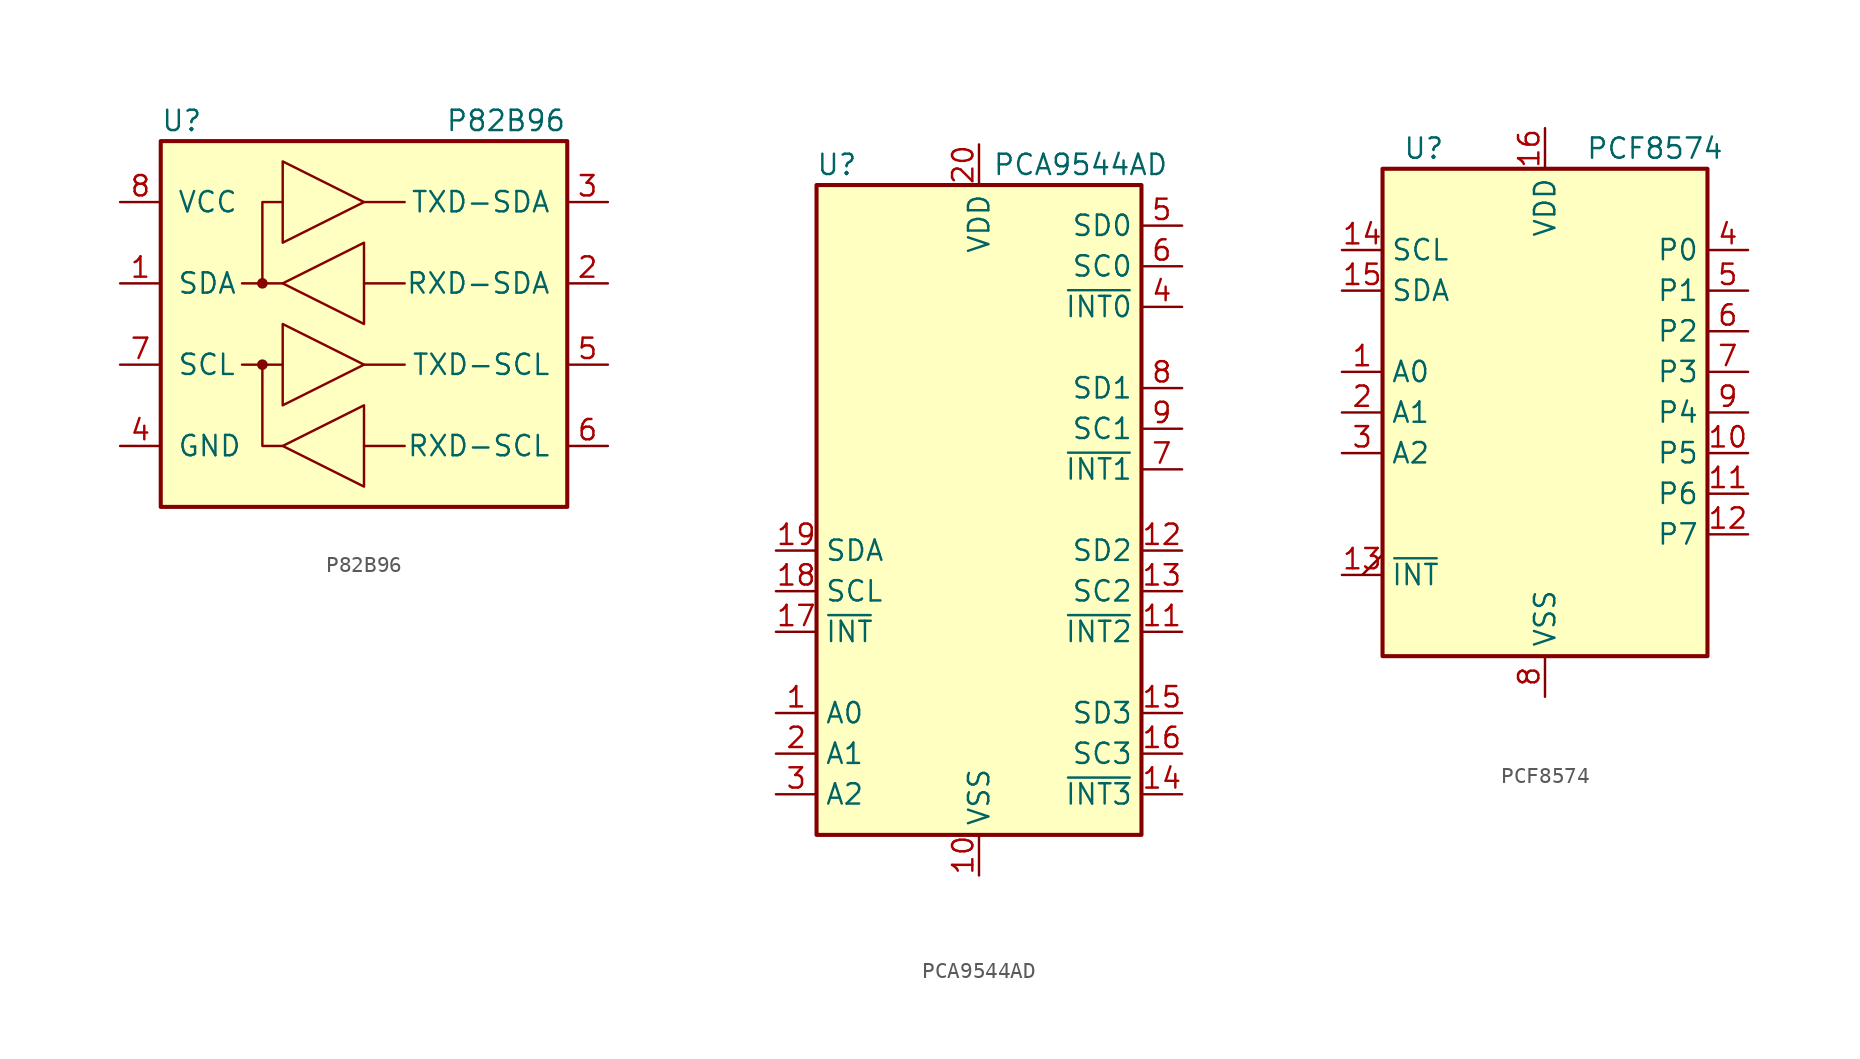
<source format=kicad_sym>
(kicad_symbol_lib
  (version 20220914)
  (generator kicad_symbol_editor)
  (symbol "P82B96"
    (pin_names
      (offset 1.016))
    (property "Reference" "U"
      (at -12.7 12.7 0)
      (effects (font (size 1.27 1.27)) (justify left)))
    (property "Value" "P82B96"
      (at 5.08 12.7 0)
      (effects (font (size 1.27 1.27)) (justify left)))
    (symbol "P82B96_0_1"
      (rectangle (start -12.7 11.43) (end 12.7 -11.43) (stroke (width 0.254) (type default)) (fill (type background)))
      (circle (center -6.35 -2.54) (radius 0.127) (stroke (width 0) (type default)) (fill (type none)))
      (circle (center -6.35 -2.54) (radius 0.254) (stroke (width 0) (type default)) (fill (type none)))
      (circle (center -6.35 2.54) (radius 0.127) (stroke (width 0) (type default)) (fill (type none)))
      (circle (center -6.35 2.54) (radius 0.254) (stroke (width 0) (type default)) (fill (type none)))
      (polyline (pts (xy -5.08 -2.54) (xy -7.62 -2.54)) (stroke (width 0) (type default)) (fill (type none)))
      (polyline (pts (xy 0 -7.62) (xy 2.54 -7.62)) (stroke (width 0) (type default)) (fill (type none)))
      (polyline (pts (xy 0 -2.54) (xy 2.54 -2.54)) (stroke (width 0) (type default)) (fill (type none)))
      (polyline (pts (xy -5.08 -7.62) (xy -6.35 -7.62) (xy -6.35 -2.54)) (stroke (width 0) (type default)) (fill (type none)))
      (polyline (pts (xy -5.08 2.54) (xy -7.62 2.54) (xy -7.62 2.54)) (stroke (width 0) (type default)) (fill (type none)))
      (polyline (pts (xy 0 7.62) (xy 2.54 7.62) (xy 2.54 7.62)) (stroke (width 0) (type default)) (fill (type none)))
      (polyline (pts (xy 2.54 2.54) (xy 0 2.54) (xy 0 2.54)) (stroke (width 0) (type default)) (fill (type none)))
      (polyline (pts (xy -6.35 2.54) (xy -6.35 7.62) (xy -5.08 7.62) (xy -5.08 7.62)) (stroke (width 0) (type default)) (fill (type none)))
      (polyline (pts (xy -5.08 0) (xy -5.08 -5.08) (xy 0 -2.54) (xy -5.08 0) (xy -5.08 0)) (stroke (width 0) (type default)) (fill (type none)))
      (polyline (pts (xy -5.08 10.16) (xy -5.08 5.08) (xy 0 7.62) (xy -5.08 10.16) (xy -5.08 10.16)) (stroke (width 0) (type default)) (fill (type none)))
      (polyline (pts (xy 0 -5.08) (xy -5.08 -7.62) (xy 0 -10.16) (xy 0 -5.08) (xy 0 -5.08)) (stroke (width 0) (type default)) (fill (type none)))
      (polyline (pts (xy 0 5.08) (xy -5.08 2.54) (xy 0 0) (xy 0 5.08) (xy 0 5.08)) (stroke (width 0) (type default)) (fill (type none))))
    (symbol "P82B96_1_1"
      (pin bidirectional line (at -15.24 2.54 0) (length 2.54) (name "SDA" (effects (font (size 1.27 1.27)))) (number "1" (effects (font (size 1.27 1.27)))))
      (pin input line (at 15.24 2.54 180) (length 2.54) (name "RXD-SDA" (effects (font (size 1.27 1.27)))) (number "2" (effects (font (size 1.27 1.27)))))
      (pin output line (at 15.24 7.62 180) (length 2.54) (name "TXD-SDA" (effects (font (size 1.27 1.27)))) (number "3" (effects (font (size 1.27 1.27)))))
      (pin power_in line (at -15.24 -7.62 0) (length 2.54) (name "GND" (effects (font (size 1.27 1.27)))) (number "4" (effects (font (size 1.27 1.27)))))
      (pin output line (at 15.24 -2.54 180) (length 2.54) (name "TXD-SCL" (effects (font (size 1.27 1.27)))) (number "5" (effects (font (size 1.27 1.27)))))
      (pin input line (at 15.24 -7.62 180) (length 2.54) (name "RXD-SCL" (effects (font (size 1.27 1.27)))) (number "6" (effects (font (size 1.27 1.27)))))
      (pin bidirectional line (at -15.24 -2.54 0) (length 2.54) (name "SCL" (effects (font (size 1.27 1.27)))) (number "7" (effects (font (size 1.27 1.27)))))
      (pin power_in line (at -15.24 7.62 0) (length 2.54) (name "VCC" (effects (font (size 1.27 1.27)))) (number "8" (effects (font (size 1.27 1.27)))))))
  (symbol "PCA9544AD"
    (property "Reference" "U"
      (at -8.89 21.59 0)
      (effects (font (size 1.27 1.27))))
    (property "Value" "PCA9544AD"
      (at 6.35 21.59 0)
      (effects (font (size 1.27 1.27))))
    (symbol "PCA9544AD_0_1"
      (rectangle (start 10.16 20.32) (end -10.16 -20.32) (stroke (width 0.254) (type default)) (fill (type background))))
    (symbol "PCA9544AD_1_1"
      (pin input line (at -12.7 -12.7 0) (length 2.54) (name "A0" (effects (font (size 1.27 1.27)))) (number "1" (effects (font (size 1.27 1.27)))))
      (pin power_in line (at 0 -22.86 90) (length 2.54) (name "VSS" (effects (font (size 1.27 1.27)))) (number "10" (effects (font (size 1.27 1.27)))))
      (pin input line (at 12.7 -7.62 180) (length 2.54) (name "~{INT2}" (effects (font (size 1.27 1.27)))) (number "11" (effects (font (size 1.27 1.27)))))
      (pin bidirectional line (at 12.7 -2.54 180) (length 2.54) (name "SD2" (effects (font (size 1.27 1.27)))) (number "12" (effects (font (size 1.27 1.27)))))
      (pin output line (at 12.7 -5.08 180) (length 2.54) (name "SC2" (effects (font (size 1.27 1.27)))) (number "13" (effects (font (size 1.27 1.27)))))
      (pin input line (at 12.7 -17.78 180) (length 2.54) (name "~{INT3}" (effects (font (size 1.27 1.27)))) (number "14" (effects (font (size 1.27 1.27)))))
      (pin bidirectional line (at 12.7 -12.7 180) (length 2.54) (name "SD3" (effects (font (size 1.27 1.27)))) (number "15" (effects (font (size 1.27 1.27)))))
      (pin output line (at 12.7 -15.24 180) (length 2.54) (name "SC3" (effects (font (size 1.27 1.27)))) (number "16" (effects (font (size 1.27 1.27)))))
      (pin open_collector line (at -12.7 -7.62 0) (length 2.54) (name "~{INT}" (effects (font (size 1.27 1.27)))) (number "17" (effects (font (size 1.27 1.27)))))
      (pin input line (at -12.7 -5.08 0) (length 2.54) (name "SCL" (effects (font (size 1.27 1.27)))) (number "18" (effects (font (size 1.27 1.27)))))
      (pin bidirectional line (at -12.7 -2.54 0) (length 2.54) (name "SDA" (effects (font (size 1.27 1.27)))) (number "19" (effects (font (size 1.27 1.27)))))
      (pin input line (at -12.7 -15.24 0) (length 2.54) (name "A1" (effects (font (size 1.27 1.27)))) (number "2" (effects (font (size 1.27 1.27)))))
      (pin power_in line (at 0 22.86 270) (length 2.54) (name "VDD" (effects (font (size 1.27 1.27)))) (number "20" (effects (font (size 1.27 1.27)))))
      (pin input line (at -12.7 -17.78 0) (length 2.54) (name "A2" (effects (font (size 1.27 1.27)))) (number "3" (effects (font (size 1.27 1.27)))))
      (pin input line (at 12.7 12.7 180) (length 2.54) (name "~{INT0}" (effects (font (size 1.27 1.27)))) (number "4" (effects (font (size 1.27 1.27)))))
      (pin bidirectional line (at 12.7 17.78 180) (length 2.54) (name "SD0" (effects (font (size 1.27 1.27)))) (number "5" (effects (font (size 1.27 1.27)))))
      (pin output line (at 12.7 15.24 180) (length 2.54) (name "SC0" (effects (font (size 1.27 1.27)))) (number "6" (effects (font (size 1.27 1.27)))))
      (pin input line (at 12.7 2.54 180) (length 2.54) (name "~{INT1}" (effects (font (size 1.27 1.27)))) (number "7" (effects (font (size 1.27 1.27)))))
      (pin bidirectional line (at 12.7 7.62 180) (length 2.54) (name "SD1" (effects (font (size 1.27 1.27)))) (number "8" (effects (font (size 1.27 1.27)))))
      (pin output line (at 12.7 5.08 180) (length 2.54) (name "SC1" (effects (font (size 1.27 1.27)))) (number "9" (effects (font (size 1.27 1.27)))))))
  (symbol "PCF8574"
    (property "Reference" "U"
      (at -8.89 16.51 0)
      (effects (font (size 1.27 1.27)) (justify left)))
    (property "Value" "PCF8574"
      (at 2.54 16.51 0)
      (effects (font (size 1.27 1.27)) (justify left)))
    (symbol "PCF8574_0_1"
      (rectangle (start -10.16 15.24) (end 10.16 -15.24) (stroke (width 0.254) (type default)) (fill (type background))))
    (symbol "PCF8574_1_1"
      (pin input line (at -12.7 2.54 0) (length 2.54) (name "A0" (effects (font (size 1.27 1.27)))) (number "1" (effects (font (size 1.27 1.27)))))
      (pin bidirectional line (at 12.7 -2.54 180) (length 2.54) (name "P5" (effects (font (size 1.27 1.27)))) (number "10" (effects (font (size 1.27 1.27)))))
      (pin bidirectional line (at 12.7 -5.08 180) (length 2.54) (name "P6" (effects (font (size 1.27 1.27)))) (number "11" (effects (font (size 1.27 1.27)))))
      (pin bidirectional line (at 12.7 -7.62 180) (length 2.54) (name "P7" (effects (font (size 1.27 1.27)))) (number "12" (effects (font (size 1.27 1.27)))))
      (pin open_collector output_low (at -12.7 -10.16 0) (length 2.54) (name "~{INT}" (effects (font (size 1.27 1.27)))) (number "13" (effects (font (size 1.27 1.27)))))
      (pin input line (at -12.7 10.16 0) (length 2.54) (name "SCL" (effects (font (size 1.27 1.27)))) (number "14" (effects (font (size 1.27 1.27)))))
      (pin bidirectional line (at -12.7 7.62 0) (length 2.54) (name "SDA" (effects (font (size 1.27 1.27)))) (number "15" (effects (font (size 1.27 1.27)))))
      (pin power_in line (at 0 17.78 270) (length 2.54) (name "VDD" (effects (font (size 1.27 1.27)))) (number "16" (effects (font (size 1.27 1.27)))))
      (pin input line (at -12.7 0 0) (length 2.54) (name "A1" (effects (font (size 1.27 1.27)))) (number "2" (effects (font (size 1.27 1.27)))))
      (pin input line (at -12.7 -2.54 0) (length 2.54) (name "A2" (effects (font (size 1.27 1.27)))) (number "3" (effects (font (size 1.27 1.27)))))
      (pin bidirectional line (at 12.7 10.16 180) (length 2.54) (name "P0" (effects (font (size 1.27 1.27)))) (number "4" (effects (font (size 1.27 1.27)))))
      (pin bidirectional line (at 12.7 7.62 180) (length 2.54) (name "P1" (effects (font (size 1.27 1.27)))) (number "5" (effects (font (size 1.27 1.27)))))
      (pin bidirectional line (at 12.7 5.08 180) (length 2.54) (name "P2" (effects (font (size 1.27 1.27)))) (number "6" (effects (font (size 1.27 1.27)))))
      (pin bidirectional line (at 12.7 2.54 180) (length 2.54) (name "P3" (effects (font (size 1.27 1.27)))) (number "7" (effects (font (size 1.27 1.27)))))
      (pin power_in line (at 0 -17.78 90) (length 2.54) (name "VSS" (effects (font (size 1.27 1.27)))) (number "8" (effects (font (size 1.27 1.27)))))
      (pin bidirectional line (at 12.7 0 180) (length 2.54) (name "P4" (effects (font (size 1.27 1.27)))) (number "9" (effects (font (size 1.27 1.27))))))))
</source>
